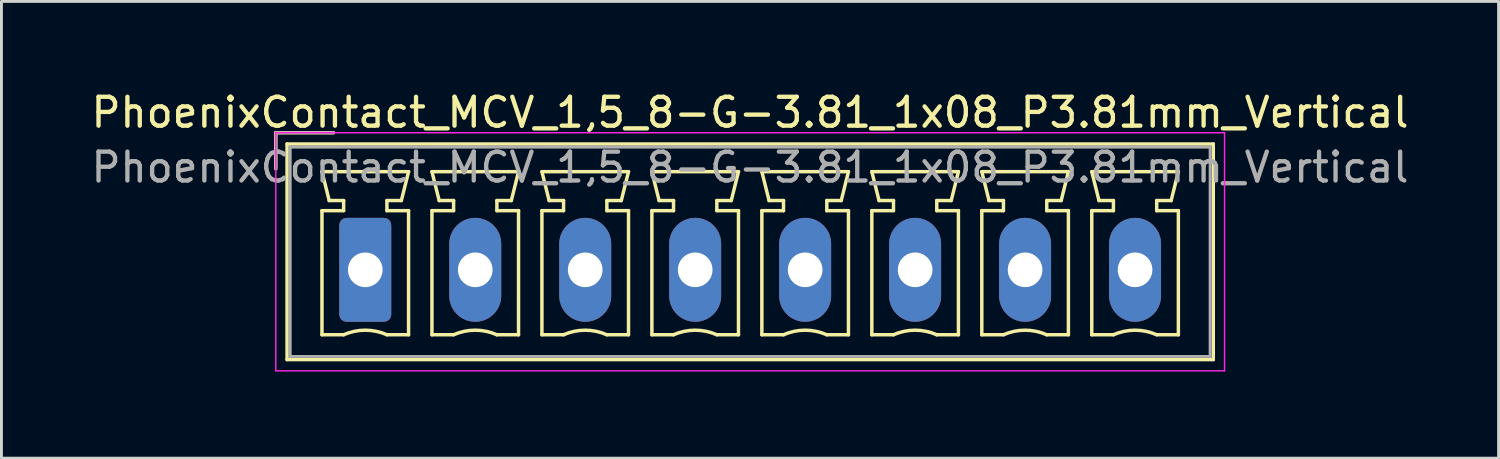
<source format=kicad_pcb>
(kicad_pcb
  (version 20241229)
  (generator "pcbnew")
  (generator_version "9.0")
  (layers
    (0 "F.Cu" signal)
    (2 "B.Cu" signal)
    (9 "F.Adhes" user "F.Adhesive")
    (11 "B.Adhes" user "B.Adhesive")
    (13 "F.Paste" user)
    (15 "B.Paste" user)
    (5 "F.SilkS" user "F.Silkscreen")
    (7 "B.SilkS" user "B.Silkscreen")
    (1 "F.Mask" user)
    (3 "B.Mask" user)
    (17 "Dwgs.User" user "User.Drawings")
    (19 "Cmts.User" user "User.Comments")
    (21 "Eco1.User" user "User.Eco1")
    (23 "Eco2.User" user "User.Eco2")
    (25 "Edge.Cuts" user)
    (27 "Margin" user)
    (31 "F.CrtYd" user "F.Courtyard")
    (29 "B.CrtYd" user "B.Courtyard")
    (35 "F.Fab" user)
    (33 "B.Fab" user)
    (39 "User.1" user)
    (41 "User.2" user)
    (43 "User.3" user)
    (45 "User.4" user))
  (footprint "PhoenixContact_MCV_1,5_8-G-3.81_1x08_P3.81mm_Vertical"
    (layer "F.Cu")
    (at 9.605 6.298)
    (property "Reference" "PhoenixContact_MCV_1,5_8-G-3.81_1x08_P3.81mm_Vertical" (at 13.33 -5.45 0) (layer "F.SilkS") (effects (font (size 1 1) (thickness 0.15))))
    (attr through_hole)
    (fp_line (start -3.1 -4.75) (end -1.1 -4.75) (stroke (width 0.12) (type solid)) (layer "F.SilkS"))
    (fp_line (start -3.1 -3.5) (end -3.1 -4.75) (stroke (width 0.12) (type solid)) (layer "F.SilkS"))
    (fp_line (start -2.71 -4.36) (end -2.71 3.11) (stroke (width 0.12) (type solid)) (layer "F.SilkS"))
    (fp_line (start -2.71 3.11) (end 29.38 3.11) (stroke (width 0.12) (type solid)) (layer "F.SilkS"))
    (fp_line (start -1.5 -3.4) (end 1.5 -3.4) (stroke (width 0.12) (type solid)) (layer "F.SilkS"))
    (fp_line (start -1.5 -2.05) (end -0.75 -2.05) (stroke (width 0.12) (type solid)) (layer "F.SilkS"))
    (fp_line (start -1.5 2.25) (end -1.5 -2.05) (stroke (width 0.12) (type solid)) (layer "F.SilkS"))
    (fp_line (start -1.25 -2.4) (end -1.5 -3.4) (stroke (width 0.12) (type solid)) (layer "F.SilkS"))
    (fp_line (start -0.75 -2.4) (end -1.25 -2.4) (stroke (width 0.12) (type solid)) (layer "F.SilkS"))
    (fp_line (start -0.75 -2.05) (end -0.75 -2.4) (stroke (width 0.12) (type solid)) (layer "F.SilkS"))
    (fp_line (start -0.75 2.25) (end -1.5 2.25) (stroke (width 0.12) (type solid)) (layer "F.SilkS"))
    (fp_line (start 0.75 -2.4) (end 0.75 -2.05) (stroke (width 0.12) (type solid)) (layer "F.SilkS"))
    (fp_line (start 0.75 -2.05) (end 1.5 -2.05) (stroke (width 0.12) (type solid)) (layer "F.SilkS"))
    (fp_line (start 1.25 -2.4) (end 0.75 -2.4) (stroke (width 0.12) (type solid)) (layer "F.SilkS"))
    (fp_line (start 1.5 -3.4) (end 1.25 -2.4) (stroke (width 0.12) (type solid)) (layer "F.SilkS"))
    (fp_line (start 1.5 -2.05) (end 1.5 2.25) (stroke (width 0.12) (type solid)) (layer "F.SilkS"))
    (fp_line (start 1.5 2.25) (end 0.75 2.25) (stroke (width 0.12) (type solid)) (layer "F.SilkS"))
    (fp_line (start 2.31 -3.4) (end 5.31 -3.4) (stroke (width 0.12) (type solid)) (layer "F.SilkS"))
    (fp_line (start 2.31 -2.05) (end 3.06 -2.05) (stroke (width 0.12) (type solid)) (layer "F.SilkS"))
    (fp_line (start 2.31 2.25) (end 2.31 -2.05) (stroke (width 0.12) (type solid)) (layer "F.SilkS"))
    (fp_line (start 2.56 -2.4) (end 2.31 -3.4) (stroke (width 0.12) (type solid)) (layer "F.SilkS"))
    (fp_line (start 3.06 -2.4) (end 2.56 -2.4) (stroke (width 0.12) (type solid)) (layer "F.SilkS"))
    (fp_line (start 3.06 -2.05) (end 3.06 -2.4) (stroke (width 0.12) (type solid)) (layer "F.SilkS"))
    (fp_line (start 3.06 2.25) (end 2.31 2.25) (stroke (width 0.12) (type solid)) (layer "F.SilkS"))
    (fp_line (start 4.56 -2.4) (end 4.56 -2.05) (stroke (width 0.12) (type solid)) (layer "F.SilkS"))
    (fp_line (start 4.56 -2.05) (end 5.31 -2.05) (stroke (width 0.12) (type solid)) (layer "F.SilkS"))
    (fp_line (start 5.06 -2.4) (end 4.56 -2.4) (stroke (width 0.12) (type solid)) (layer "F.SilkS"))
    (fp_line (start 5.31 -3.4) (end 5.06 -2.4) (stroke (width 0.12) (type solid)) (layer "F.SilkS"))
    (fp_line (start 5.31 -2.05) (end 5.31 2.25) (stroke (width 0.12) (type solid)) (layer "F.SilkS"))
    (fp_line (start 5.31 2.25) (end 4.56 2.25) (stroke (width 0.12) (type solid)) (layer "F.SilkS"))
    (fp_line (start 6.12 -3.4) (end 9.12 -3.4) (stroke (width 0.12) (type solid)) (layer "F.SilkS"))
    (fp_line (start 6.12 -2.05) (end 6.87 -2.05) (stroke (width 0.12) (type solid)) (layer "F.SilkS"))
    (fp_line (start 6.12 2.25) (end 6.12 -2.05) (stroke (width 0.12) (type solid)) (layer "F.SilkS"))
    (fp_line (start 6.37 -2.4) (end 6.12 -3.4) (stroke (width 0.12) (type solid)) (layer "F.SilkS"))
    (fp_line (start 6.87 -2.4) (end 6.37 -2.4) (stroke (width 0.12) (type solid)) (layer "F.SilkS"))
    (fp_line (start 6.87 -2.05) (end 6.87 -2.4) (stroke (width 0.12) (type solid)) (layer "F.SilkS"))
    (fp_line (start 6.87 2.25) (end 6.12 2.25) (stroke (width 0.12) (type solid)) (layer "F.SilkS"))
    (fp_line (start 8.37 -2.4) (end 8.37 -2.05) (stroke (width 0.12) (type solid)) (layer "F.SilkS"))
    (fp_line (start 8.37 -2.05) (end 9.12 -2.05) (stroke (width 0.12) (type solid)) (layer "F.SilkS"))
    (fp_line (start 8.87 -2.4) (end 8.37 -2.4) (stroke (width 0.12) (type solid)) (layer "F.SilkS"))
    (fp_line (start 9.12 -3.4) (end 8.87 -2.4) (stroke (width 0.12) (type solid)) (layer "F.SilkS"))
    (fp_line (start 9.12 -2.05) (end 9.12 2.25) (stroke (width 0.12) (type solid)) (layer "F.SilkS"))
    (fp_line (start 9.12 2.25) (end 8.37 2.25) (stroke (width 0.12) (type solid)) (layer "F.SilkS"))
    (fp_line (start 9.93 -3.4) (end 12.93 -3.4) (stroke (width 0.12) (type solid)) (layer "F.SilkS"))
    (fp_line (start 9.93 -2.05) (end 10.68 -2.05) (stroke (width 0.12) (type solid)) (layer "F.SilkS"))
    (fp_line (start 9.93 2.25) (end 9.93 -2.05) (stroke (width 0.12) (type solid)) (layer "F.SilkS"))
    (fp_line (start 10.18 -2.4) (end 9.93 -3.4) (stroke (width 0.12) (type solid)) (layer "F.SilkS"))
    (fp_line (start 10.68 -2.4) (end 10.18 -2.4) (stroke (width 0.12) (type solid)) (layer "F.SilkS"))
    (fp_line (start 10.68 -2.05) (end 10.68 -2.4) (stroke (width 0.12) (type solid)) (layer "F.SilkS"))
    (fp_line (start 10.68 2.25) (end 9.93 2.25) (stroke (width 0.12) (type solid)) (layer "F.SilkS"))
    (fp_line (start 12.18 -2.4) (end 12.18 -2.05) (stroke (width 0.12) (type solid)) (layer "F.SilkS"))
    (fp_line (start 12.18 -2.05) (end 12.93 -2.05) (stroke (width 0.12) (type solid)) (layer "F.SilkS"))
    (fp_line (start 12.68 -2.4) (end 12.18 -2.4) (stroke (width 0.12) (type solid)) (layer "F.SilkS"))
    (fp_line (start 12.93 -3.4) (end 12.68 -2.4) (stroke (width 0.12) (type solid)) (layer "F.SilkS"))
    (fp_line (start 12.93 -2.05) (end 12.93 2.25) (stroke (width 0.12) (type solid)) (layer "F.SilkS"))
    (fp_line (start 12.93 2.25) (end 12.18 2.25) (stroke (width 0.12) (type solid)) (layer "F.SilkS"))
    (fp_line (start 13.74 -3.4) (end 16.74 -3.4) (stroke (width 0.12) (type solid)) (layer "F.SilkS"))
    (fp_line (start 13.74 -2.05) (end 14.49 -2.05) (stroke (width 0.12) (type solid)) (layer "F.SilkS"))
    (fp_line (start 13.74 2.25) (end 13.74 -2.05) (stroke (width 0.12) (type solid)) (layer "F.SilkS"))
    (fp_line (start 13.99 -2.4) (end 13.74 -3.4) (stroke (width 0.12) (type solid)) (layer "F.SilkS"))
    (fp_line (start 14.49 -2.4) (end 13.99 -2.4) (stroke (width 0.12) (type solid)) (layer "F.SilkS"))
    (fp_line (start 14.49 -2.05) (end 14.49 -2.4) (stroke (width 0.12) (type solid)) (layer "F.SilkS"))
    (fp_line (start 14.49 2.25) (end 13.74 2.25) (stroke (width 0.12) (type solid)) (layer "F.SilkS"))
    (fp_line (start 15.99 -2.4) (end 15.99 -2.05) (stroke (width 0.12) (type solid)) (layer "F.SilkS"))
    (fp_line (start 15.99 -2.05) (end 16.74 -2.05) (stroke (width 0.12) (type solid)) (layer "F.SilkS"))
    (fp_line (start 16.49 -2.4) (end 15.99 -2.4) (stroke (width 0.12) (type solid)) (layer "F.SilkS"))
    (fp_line (start 16.74 -3.4) (end 16.49 -2.4) (stroke (width 0.12) (type solid)) (layer "F.SilkS"))
    (fp_line (start 16.74 -2.05) (end 16.74 2.25) (stroke (width 0.12) (type solid)) (layer "F.SilkS"))
    (fp_line (start 16.74 2.25) (end 15.99 2.25) (stroke (width 0.12) (type solid)) (layer "F.SilkS"))
    (fp_line (start 17.55 -3.4) (end 20.55 -3.4) (stroke (width 0.12) (type solid)) (layer "F.SilkS"))
    (fp_line (start 17.55 -2.05) (end 18.3 -2.05) (stroke (width 0.12) (type solid)) (layer "F.SilkS"))
    (fp_line (start 17.55 2.25) (end 17.55 -2.05) (stroke (width 0.12) (type solid)) (layer "F.SilkS"))
    (fp_line (start 17.8 -2.4) (end 17.55 -3.4) (stroke (width 0.12) (type solid)) (layer "F.SilkS"))
    (fp_line (start 18.3 -2.4) (end 17.8 -2.4) (stroke (width 0.12) (type solid)) (layer "F.SilkS"))
    (fp_line (start 18.3 -2.05) (end 18.3 -2.4) (stroke (width 0.12) (type solid)) (layer "F.SilkS"))
    (fp_line (start 18.3 2.25) (end 17.55 2.25) (stroke (width 0.12) (type solid)) (layer "F.SilkS"))
    (fp_line (start 19.8 -2.4) (end 19.8 -2.05) (stroke (width 0.12) (type solid)) (layer "F.SilkS"))
    (fp_line (start 19.8 -2.05) (end 20.55 -2.05) (stroke (width 0.12) (type solid)) (layer "F.SilkS"))
    (fp_line (start 20.3 -2.4) (end 19.8 -2.4) (stroke (width 0.12) (type solid)) (layer "F.SilkS"))
    (fp_line (start 20.55 -3.4) (end 20.3 -2.4) (stroke (width 0.12) (type solid)) (layer "F.SilkS"))
    (fp_line (start 20.55 -2.05) (end 20.55 2.25) (stroke (width 0.12) (type solid)) (layer "F.SilkS"))
    (fp_line (start 20.55 2.25) (end 19.8 2.25) (stroke (width 0.12) (type solid)) (layer "F.SilkS"))
    (fp_line (start 21.36 -3.4) (end 24.36 -3.4) (stroke (width 0.12) (type solid)) (layer "F.SilkS"))
    (fp_line (start 21.36 -2.05) (end 22.11 -2.05) (stroke (width 0.12) (type solid)) (layer "F.SilkS"))
    (fp_line (start 21.36 2.25) (end 21.36 -2.05) (stroke (width 0.12) (type solid)) (layer "F.SilkS"))
    (fp_line (start 21.61 -2.4) (end 21.36 -3.4) (stroke (width 0.12) (type solid)) (layer "F.SilkS"))
    (fp_line (start 22.11 -2.4) (end 21.61 -2.4) (stroke (width 0.12) (type solid)) (layer "F.SilkS"))
    (fp_line (start 22.11 -2.05) (end 22.11 -2.4) (stroke (width 0.12) (type solid)) (layer "F.SilkS"))
    (fp_line (start 22.11 2.25) (end 21.36 2.25) (stroke (width 0.12) (type solid)) (layer "F.SilkS"))
    (fp_line (start 23.61 -2.4) (end 23.61 -2.05) (stroke (width 0.12) (type solid)) (layer "F.SilkS"))
    (fp_line (start 23.61 -2.05) (end 24.36 -2.05) (stroke (width 0.12) (type solid)) (layer "F.SilkS"))
    (fp_line (start 24.11 -2.4) (end 23.61 -2.4) (stroke (width 0.12) (type solid)) (layer "F.SilkS"))
    (fp_line (start 24.36 -3.4) (end 24.11 -2.4) (stroke (width 0.12) (type solid)) (layer "F.SilkS"))
    (fp_line (start 24.36 -2.05) (end 24.36 2.25) (stroke (width 0.12) (type solid)) (layer "F.SilkS"))
    (fp_line (start 24.36 2.25) (end 23.61 2.25) (stroke (width 0.12) (type solid)) (layer "F.SilkS"))
    (fp_line (start 25.17 -3.4) (end 28.17 -3.4) (stroke (width 0.12) (type solid)) (layer "F.SilkS"))
    (fp_line (start 25.17 -2.05) (end 25.92 -2.05) (stroke (width 0.12) (type solid)) (layer "F.SilkS"))
    (fp_line (start 25.17 2.25) (end 25.17 -2.05) (stroke (width 0.12) (type solid)) (layer "F.SilkS"))
    (fp_line (start 25.42 -2.4) (end 25.17 -3.4) (stroke (width 0.12) (type solid)) (layer "F.SilkS"))
    (fp_line (start 25.92 -2.4) (end 25.42 -2.4) (stroke (width 0.12) (type solid)) (layer "F.SilkS"))
    (fp_line (start 25.92 -2.05) (end 25.92 -2.4) (stroke (width 0.12) (type solid)) (layer "F.SilkS"))
    (fp_line (start 25.92 2.25) (end 25.17 2.25) (stroke (width 0.12) (type solid)) (layer "F.SilkS"))
    (fp_line (start 27.42 -2.4) (end 27.42 -2.05) (stroke (width 0.12) (type solid)) (layer "F.SilkS"))
    (fp_line (start 27.42 -2.05) (end 28.17 -2.05) (stroke (width 0.12) (type solid)) (layer "F.SilkS"))
    (fp_line (start 27.92 -2.4) (end 27.42 -2.4) (stroke (width 0.12) (type solid)) (layer "F.SilkS"))
    (fp_line (start 28.17 -3.4) (end 27.92 -2.4) (stroke (width 0.12) (type solid)) (layer "F.SilkS"))
    (fp_line (start 28.17 -2.05) (end 28.17 2.25) (stroke (width 0.12) (type solid)) (layer "F.SilkS"))
    (fp_line (start 28.17 2.25) (end 27.42 2.25) (stroke (width 0.12) (type solid)) (layer "F.SilkS"))
    (fp_line (start 29.38 -4.36) (end -2.71 -4.36) (stroke (width 0.12) (type solid)) (layer "F.SilkS"))
    (fp_line (start 29.38 3.11) (end 29.38 -4.36) (stroke (width 0.12) (type solid)) (layer "F.SilkS"))
    (fp_arc (start -0.75 2.25) (mid -0.000193 2.09191) (end 0.749647 2.249844) (stroke (width 0.12) (type solid)) (layer "F.SilkS"))
    (fp_arc (start 3.06 2.25) (mid 3.809807 2.09191) (end 4.559647 2.249844) (stroke (width 0.12) (type solid)) (layer "F.SilkS"))
    (fp_arc (start 6.87 2.25) (mid 7.619807 2.09191) (end 8.369647 2.249844) (stroke (width 0.12) (type solid)) (layer "F.SilkS"))
    (fp_arc (start 10.68 2.25) (mid 11.429807 2.09191) (end 12.179647 2.249844) (stroke (width 0.12) (type solid)) (layer "F.SilkS"))
    (fp_arc (start 14.49 2.25) (mid 15.239807 2.09191) (end 15.989647 2.249844) (stroke (width 0.12) (type solid)) (layer "F.SilkS"))
    (fp_arc (start 18.3 2.25) (mid 19.049807 2.09191) (end 19.799647 2.249844) (stroke (width 0.12) (type solid)) (layer "F.SilkS"))
    (fp_arc (start 22.11 2.25) (mid 22.859807 2.09191) (end 23.609647 2.249844) (stroke (width 0.12) (type solid)) (layer "F.SilkS"))
    (fp_arc (start 25.92 2.25) (mid 26.669807 2.09191) (end 27.419647 2.249844) (stroke (width 0.12) (type solid)) (layer "F.SilkS"))
    (fp_line (start -3.1 -4.75) (end -3.1 3.5) (stroke (width 0.05) (type solid)) (layer "F.CrtYd"))
    (fp_line (start -3.1 3.5) (end 29.77 3.5) (stroke (width 0.05) (type solid)) (layer "F.CrtYd"))
    (fp_line (start 29.77 -4.75) (end -3.1 -4.75) (stroke (width 0.05) (type solid)) (layer "F.CrtYd"))
    (fp_line (start 29.77 3.5) (end 29.77 -4.75) (stroke (width 0.05) (type solid)) (layer "F.CrtYd"))
    (fp_line (start -3.1 -4.75) (end -1.1 -4.75) (stroke (width 0.1) (type solid)) (layer "F.Fab"))
    (fp_line (start -3.1 -3.5) (end -3.1 -4.75) (stroke (width 0.1) (type solid)) (layer "F.Fab"))
    (fp_line (start -2.6 -4.25) (end -2.6 3) (stroke (width 0.1) (type solid)) (layer "F.Fab"))
    (fp_line (start -2.6 3) (end 29.27 3) (stroke (width 0.1) (type solid)) (layer "F.Fab"))
    (fp_line (start 29.27 -4.25) (end -2.6 -4.25) (stroke (width 0.1) (type solid)) (layer "F.Fab"))
    (fp_line (start 29.27 3) (end 29.27 -4.25) (stroke (width 0.1) (type solid)) (layer "F.Fab"))
    (fp_text user "${REFERENCE}" (at 13.33 -3.55 0) (layer "F.Fab") (effects (font (size 1 1) (thickness 0.15))))
    (pad "1" thru_hole roundrect (at 0 0) (size 1.8 3.6) (drill 1.2) (layers "*.Cu" "*.Mask") (roundrect_rratio 0.139))
    (pad "2" thru_hole oval (at 3.81 0) (size 1.8 3.6) (drill 1.2) (layers "*.Cu" "*.Mask"))
    (pad "3" thru_hole oval (at 7.62 0) (size 1.8 3.6) (drill 1.2) (layers "*.Cu" "*.Mask"))
    (pad "4" thru_hole oval (at 11.43 0) (size 1.8 3.6) (drill 1.2) (layers "*.Cu" "*.Mask"))
    (pad "5" thru_hole oval (at 15.24 0) (size 1.8 3.6) (drill 1.2) (layers "*.Cu" "*.Mask"))
    (pad "6" thru_hole oval (at 19.05 0) (size 1.8 3.6) (drill 1.2) (layers "*.Cu" "*.Mask"))
    (pad "7" thru_hole oval (at 22.86 0) (size 1.8 3.6) (drill 1.2) (layers "*.Cu" "*.Mask"))
    (pad "8" thru_hole oval (at 26.67 0) (size 1.8 3.6) (drill 1.2) (layers "*.Cu" "*.Mask")))
  (gr_rect
    (start -3 -3)
    (end 48.869 12.823)
    (stroke (width 0.1) (type default))
    (fill no)
    (layer "Edge.Cuts")))
</source>
